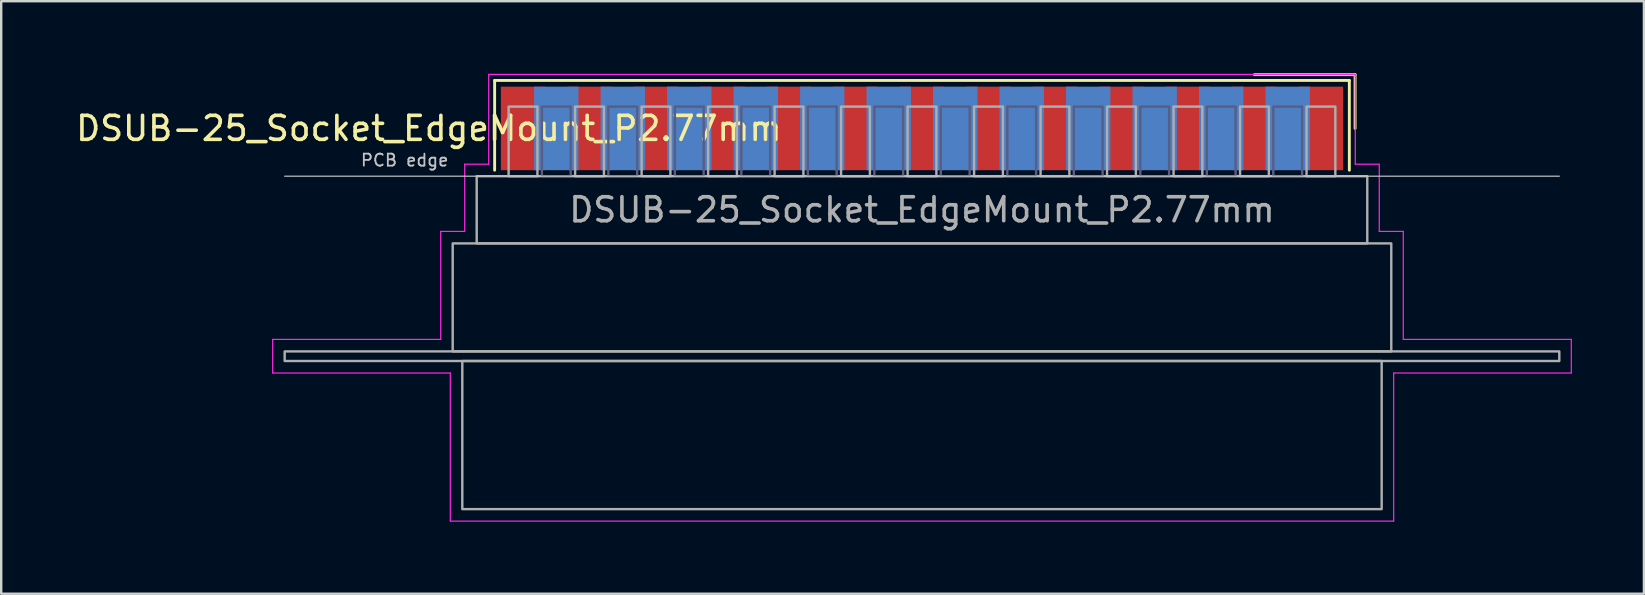
<source format=kicad_pcb>
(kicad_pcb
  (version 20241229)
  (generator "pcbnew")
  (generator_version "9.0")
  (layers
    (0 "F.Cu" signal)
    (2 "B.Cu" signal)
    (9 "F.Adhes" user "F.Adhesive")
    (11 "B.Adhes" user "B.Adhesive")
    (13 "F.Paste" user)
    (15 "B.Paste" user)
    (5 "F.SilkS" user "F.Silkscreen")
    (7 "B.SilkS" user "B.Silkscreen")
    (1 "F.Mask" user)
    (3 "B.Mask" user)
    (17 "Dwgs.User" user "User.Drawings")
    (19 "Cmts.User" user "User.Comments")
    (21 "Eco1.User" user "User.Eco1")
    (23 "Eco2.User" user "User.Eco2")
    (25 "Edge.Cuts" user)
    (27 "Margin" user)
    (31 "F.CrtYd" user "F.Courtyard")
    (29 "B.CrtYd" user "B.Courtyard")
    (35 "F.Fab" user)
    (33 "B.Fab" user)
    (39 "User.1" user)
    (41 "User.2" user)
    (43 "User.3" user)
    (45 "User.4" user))
  (footprint "DSUB-25_Socket_EdgeMount_P2.77mm"
    (layer "F.Cu")
    (at 35.359 2.3)
    (property "Reference" "DSUB-25_Socket_EdgeMount_P2.77mm" (at -20.543 0 0) (layer "F.SilkS") (effects (font (size 1 1) (thickness 0.15))))
    (attr smd)
    (fp_line (start -17.803 -2) (end -17.803 1.74) (stroke (width 0.12) (type solid)) (layer "F.SilkS"))
    (fp_line (start 17.803 -2) (end -17.803 -2) (stroke (width 0.12) (type solid)) (layer "F.SilkS"))
    (fp_line (start 17.803 1.74) (end 17.803 -2) (stroke (width 0.12) (type solid)) (layer "F.SilkS"))
    (fp_line (start 18.043 -2.24) (end 13.85 -2.24) (stroke (width 0.12) (type solid)) (layer "F.SilkS"))
    (fp_line (start 18.043 0) (end 18.043 -2.24) (stroke (width 0.12) (type solid)) (layer "F.SilkS"))
    (fp_line (start -26.55 1.99) (end 26.55 1.99) (stroke (width 0.05) (type solid)) (layer "Dwgs.User"))
    (fp_line (start -27.05 8.79) (end -20.05 8.79) (stroke (width 0.05) (type solid)) (layer "F.CrtYd"))
    (fp_line (start -27.05 10.19) (end -27.05 8.79) (stroke (width 0.05) (type solid)) (layer "F.CrtYd"))
    (fp_line (start -20.05 4.29) (end -19.05 4.29) (stroke (width 0.05) (type solid)) (layer "F.CrtYd"))
    (fp_line (start -20.05 8.79) (end -20.05 4.29) (stroke (width 0.05) (type solid)) (layer "F.CrtYd"))
    (fp_line (start -19.65 10.19) (end -27.05 10.19) (stroke (width 0.05) (type solid)) (layer "F.CrtYd"))
    (fp_line (start -19.65 16.36) (end -19.65 10.19) (stroke (width 0.05) (type solid)) (layer "F.CrtYd"))
    (fp_line (start -19.05 1.49) (end -18.05 1.49) (stroke (width 0.05) (type solid)) (layer "F.CrtYd"))
    (fp_line (start -19.05 4.29) (end -19.05 1.49) (stroke (width 0.05) (type solid)) (layer "F.CrtYd"))
    (fp_line (start -18.05 -2.25) (end 18.05 -2.25) (stroke (width 0.05) (type solid)) (layer "F.CrtYd"))
    (fp_line (start -18.05 1.49) (end -18.05 -2.25) (stroke (width 0.05) (type solid)) (layer "F.CrtYd"))
    (fp_line (start 18.05 -2.25) (end 18.05 1.49) (stroke (width 0.05) (type solid)) (layer "F.CrtYd"))
    (fp_line (start 18.05 1.49) (end 19.05 1.49) (stroke (width 0.05) (type solid)) (layer "F.CrtYd"))
    (fp_line (start 19.05 1.49) (end 19.05 4.29) (stroke (width 0.05) (type solid)) (layer "F.CrtYd"))
    (fp_line (start 19.05 4.29) (end 20.05 4.29) (stroke (width 0.05) (type solid)) (layer "F.CrtYd"))
    (fp_line (start 19.65 10.19) (end 19.65 16.36) (stroke (width 0.05) (type solid)) (layer "F.CrtYd"))
    (fp_line (start 19.65 16.36) (end -19.65 16.36) (stroke (width 0.05) (type solid)) (layer "F.CrtYd"))
    (fp_line (start 20.05 4.29) (end 20.05 8.79) (stroke (width 0.05) (type solid)) (layer "F.CrtYd"))
    (fp_line (start 20.05 8.79) (end 27.05 8.79) (stroke (width 0.05) (type solid)) (layer "F.CrtYd"))
    (fp_line (start 27.05 8.79) (end 27.05 10.19) (stroke (width 0.05) (type solid)) (layer "F.CrtYd"))
    (fp_line (start 27.05 10.19) (end 19.65 10.19) (stroke (width 0.05) (type solid)) (layer "F.CrtYd"))
    (fp_rect (start -15.835 -0.91) (end -14.635 1.99) (stroke (width 0.1) (type solid)) (fill no) (layer "B.Fab"))
    (fp_rect (start -13.065 -0.91) (end -11.865 1.99) (stroke (width 0.1) (type solid)) (fill no) (layer "B.Fab"))
    (fp_rect (start -10.295 -0.91) (end -9.095 1.99) (stroke (width 0.1) (type solid)) (fill no) (layer "B.Fab"))
    (fp_rect (start -7.525 -0.91) (end -6.325 1.99) (stroke (width 0.1) (type solid)) (fill no) (layer "B.Fab"))
    (fp_rect (start -4.755 -0.91) (end -3.555 1.99) (stroke (width 0.1) (type solid)) (fill no) (layer "B.Fab"))
    (fp_rect (start -1.985 -0.91) (end -0.785 1.99) (stroke (width 0.1) (type solid)) (fill no) (layer "B.Fab"))
    (fp_rect (start 0.785 -0.91) (end 1.985 1.99) (stroke (width 0.1) (type solid)) (fill no) (layer "B.Fab"))
    (fp_rect (start 3.555 -0.91) (end 4.755 1.99) (stroke (width 0.1) (type solid)) (fill no) (layer "B.Fab"))
    (fp_rect (start 6.325 -0.91) (end 7.525 1.99) (stroke (width 0.1) (type solid)) (fill no) (layer "B.Fab"))
    (fp_rect (start 9.095 -0.91) (end 10.295 1.99) (stroke (width 0.1) (type solid)) (fill no) (layer "B.Fab"))
    (fp_rect (start 11.865 -0.91) (end 13.065 1.99) (stroke (width 0.1) (type solid)) (fill no) (layer "B.Fab"))
    (fp_rect (start 14.635 -0.91) (end 15.835 1.99) (stroke (width 0.1) (type solid)) (fill no) (layer "B.Fab"))
    (fp_rect (start -26.55 9.29) (end 26.55 9.69) (stroke (width 0.1) (type solid)) (fill no) (layer "F.Fab"))
    (fp_rect (start -19.55 4.79) (end 19.55 9.29) (stroke (width 0.1) (type solid)) (fill no) (layer "F.Fab"))
    (fp_rect (start -19.15 9.69) (end 19.15 15.86) (stroke (width 0.1) (type solid)) (fill no) (layer "F.Fab"))
    (fp_rect (start -18.55 1.99) (end 18.55 4.79) (stroke (width 0.1) (type solid)) (fill no) (layer "F.Fab"))
    (fp_rect (start -17.22 -0.91) (end -16.02 1.99) (stroke (width 0.1) (type solid)) (fill no) (layer "F.Fab"))
    (fp_rect (start -14.45 -0.91) (end -13.25 1.99) (stroke (width 0.1) (type solid)) (fill no) (layer "F.Fab"))
    (fp_rect (start -11.68 -0.91) (end -10.48 1.99) (stroke (width 0.1) (type solid)) (fill no) (layer "F.Fab"))
    (fp_rect (start -8.91 -0.91) (end -7.71 1.99) (stroke (width 0.1) (type solid)) (fill no) (layer "F.Fab"))
    (fp_rect (start -6.14 -0.91) (end -4.94 1.99) (stroke (width 0.1) (type solid)) (fill no) (layer "F.Fab"))
    (fp_rect (start -3.37 -0.91) (end -2.17 1.99) (stroke (width 0.1) (type solid)) (fill no) (layer "F.Fab"))
    (fp_rect (start -0.6 -0.91) (end 0.6 1.99) (stroke (width 0.1) (type solid)) (fill no) (layer "F.Fab"))
    (fp_rect (start 2.17 -0.91) (end 3.37 1.99) (stroke (width 0.1) (type solid)) (fill no) (layer "F.Fab"))
    (fp_rect (start 4.94 -0.91) (end 6.14 1.99) (stroke (width 0.1) (type solid)) (fill no) (layer "F.Fab"))
    (fp_rect (start 7.71 -0.91) (end 8.91 1.99) (stroke (width 0.1) (type solid)) (fill no) (layer "F.Fab"))
    (fp_rect (start 10.48 -0.91) (end 11.68 1.99) (stroke (width 0.1) (type solid)) (fill no) (layer "F.Fab"))
    (fp_rect (start 13.25 -0.91) (end 14.45 1.99) (stroke (width 0.1) (type solid)) (fill no) (layer "F.Fab"))
    (fp_rect (start 16.02 -0.91) (end 17.22 1.99) (stroke (width 0.1) (type solid)) (fill no) (layer "F.Fab"))
    (fp_text user "PCB edge" (at -21.55 1.323 0) (layer "Dwgs.User") (effects (font (size 0.5 0.5) (thickness 0.075))))
    (fp_text user "${REFERENCE}" (at 0 3.39 0) (layer "F.Fab") (effects (font (size 1 1) (thickness 0.15))))
    (pad "1" smd rect (at 16.62 0) (size 1.847 3.48) (layers "F.Cu" "F.Mask" "F.Paste"))
    (pad "2" smd rect (at 13.85 0) (size 1.847 3.48) (layers "F.Cu" "F.Mask" "F.Paste"))
    (pad "3" smd rect (at 11.08 0) (size 1.847 3.48) (layers "F.Cu" "F.Mask" "F.Paste"))
    (pad "4" smd rect (at 8.31 0) (size 1.847 3.48) (layers "F.Cu" "F.Mask" "F.Paste"))
    (pad "5" smd rect (at 5.54 0) (size 1.847 3.48) (layers "F.Cu" "F.Mask" "F.Paste"))
    (pad "6" smd rect (at 2.77 0) (size 1.847 3.48) (layers "F.Cu" "F.Mask" "F.Paste"))
    (pad "7" smd rect (at 0 0) (size 1.847 3.48) (layers "F.Cu" "F.Mask" "F.Paste"))
    (pad "8" smd rect (at -2.77 0) (size 1.847 3.48) (layers "F.Cu" "F.Mask" "F.Paste"))
    (pad "9" smd rect (at -5.54 0) (size 1.847 3.48) (layers "F.Cu" "F.Mask" "F.Paste"))
    (pad "10" smd rect (at -8.31 0) (size 1.847 3.48) (layers "F.Cu" "F.Mask" "F.Paste"))
    (pad "11" smd rect (at -11.08 0) (size 1.847 3.48) (layers "F.Cu" "F.Mask" "F.Paste"))
    (pad "12" smd rect (at -13.85 0) (size 1.847 3.48) (layers "F.Cu" "F.Mask" "F.Paste"))
    (pad "13" smd rect (at -16.62 0) (size 1.847 3.48) (layers "F.Cu" "F.Mask" "F.Paste"))
    (pad "14" smd rect (at 15.235 0) (size 1.847 3.48) (layers "B.Cu" "B.Mask" "B.Paste"))
    (pad "15" smd rect (at 12.465 0) (size 1.847 3.48) (layers "B.Cu" "B.Mask" "B.Paste"))
    (pad "16" smd rect (at 9.695 0) (size 1.847 3.48) (layers "B.Cu" "B.Mask" "B.Paste"))
    (pad "17" smd rect (at 6.925 0) (size 1.847 3.48) (layers "B.Cu" "B.Mask" "B.Paste"))
    (pad "18" smd rect (at 4.155 0) (size 1.847 3.48) (layers "B.Cu" "B.Mask" "B.Paste"))
    (pad "19" smd rect (at 1.385 0) (size 1.847 3.48) (layers "B.Cu" "B.Mask" "B.Paste"))
    (pad "20" smd rect (at -1.385 0) (size 1.847 3.48) (layers "B.Cu" "B.Mask" "B.Paste"))
    (pad "21" smd rect (at -4.155 0) (size 1.847 3.48) (layers "B.Cu" "B.Mask" "B.Paste"))
    (pad "22" smd rect (at -6.925 0) (size 1.847 3.48) (layers "B.Cu" "B.Mask" "B.Paste"))
    (pad "23" smd rect (at -9.695 0) (size 1.847 3.48) (layers "B.Cu" "B.Mask" "B.Paste"))
    (pad "24" smd rect (at -12.465 0) (size 1.847 3.48) (layers "B.Cu" "B.Mask" "B.Paste"))
    (pad "25" smd rect (at -15.235 0) (size 1.847 3.48) (layers "B.Cu" "B.Mask" "B.Paste")))
  (gr_rect
    (start -3 -3)
    (end 65.434 21.685)
    (stroke (width 0.1) (type default))
    (fill no)
    (layer "Edge.Cuts")))
</source>
